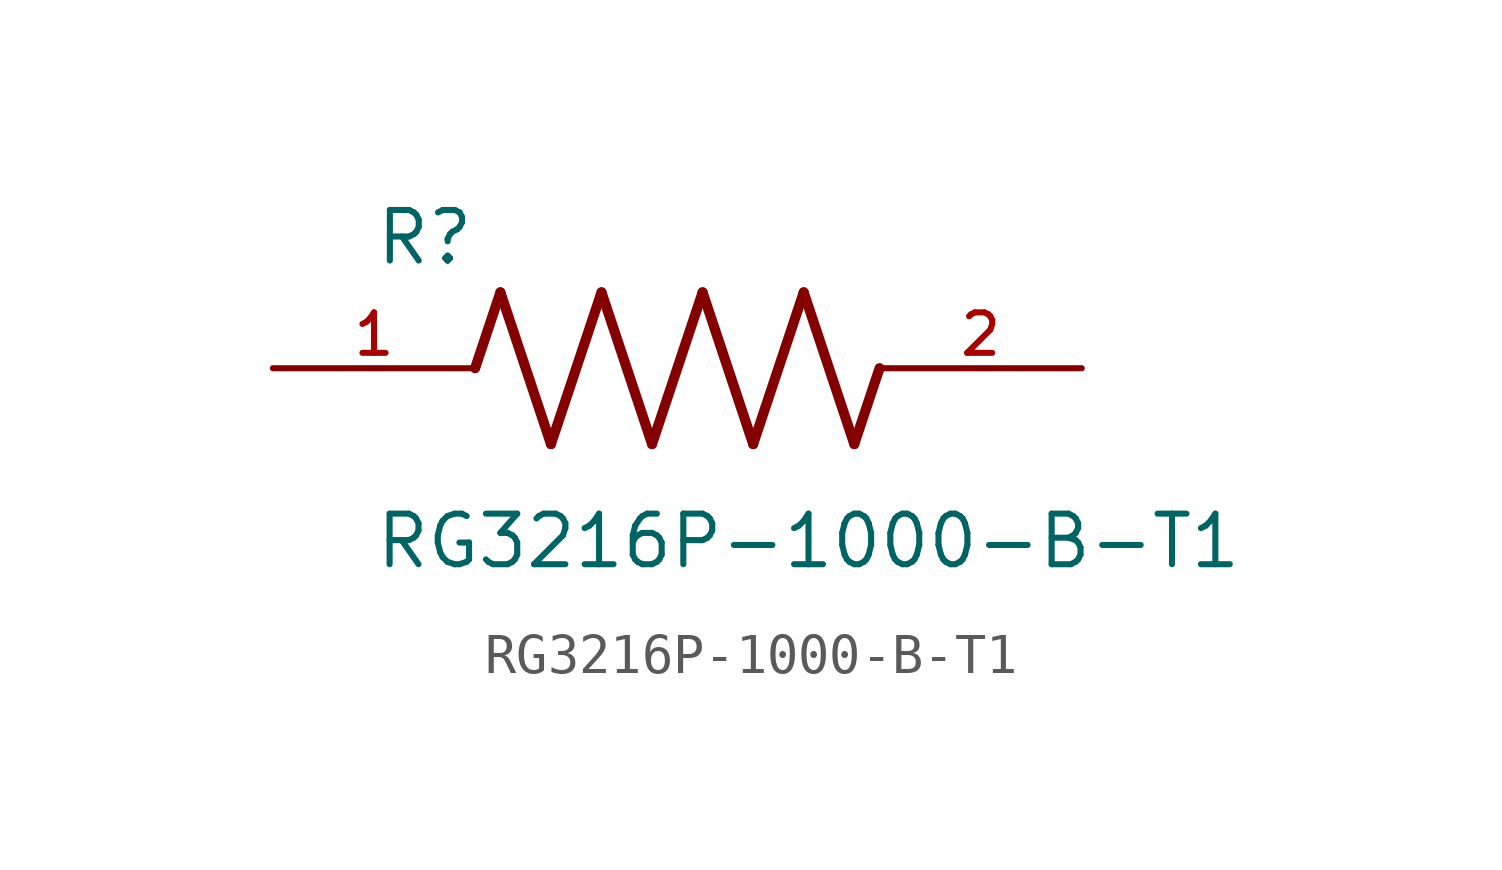
<source format=kicad_sym>
(kicad_symbol_lib
  (version 20211014)
  (generator kicad_symbol_editor)
  (symbol "RG3216P-1000-B-T1"
    (pin_names
      (offset 1.016))
    (property "Reference" "R"
      (at -7.624 2.541 0)
      (effects (font (size 1.27 1.27)) (justify bottom left)))
    (property "Value" "RG3216P-1000-B-T1"
      (at -7.63 -5.087 0)
      (effects (font (size 1.27 1.27)) (justify bottom left)))
    (symbol "RG3216P-1000-B-T1_0_0"
      (polyline (pts (xy -5.08 0.0) (xy -4.445 1.905)) (stroke (width 0.254)))
      (polyline (pts (xy -4.445 1.905) (xy -3.175 -1.905)) (stroke (width 0.254)))
      (polyline (pts (xy -3.175 -1.905) (xy -1.905 1.905)) (stroke (width 0.254)))
      (polyline (pts (xy -1.905 1.905) (xy -0.635 -1.905)) (stroke (width 0.254)))
      (polyline (pts (xy -0.635 -1.905) (xy 0.635 1.905)) (stroke (width 0.254)))
      (polyline (pts (xy 0.635 1.905) (xy 1.905 -1.905)) (stroke (width 0.254)))
      (polyline (pts (xy 1.905 -1.905) (xy 3.175 1.905)) (stroke (width 0.254)))
      (polyline (pts (xy 3.175 1.905) (xy 4.445 -1.905)) (stroke (width 0.254)))
      (polyline (pts (xy 4.445 -1.905) (xy 5.08 0.0)) (stroke (width 0.254)))
      (pin passive line (at -10.16 0.0 0) (length 5.08) (name "~" (effects (font (size 1.016 1.016)))) (number "1" (effects (font (size 1.016 1.016)))))
      (pin passive line (at 10.16 0.0 180.0) (length 5.08) (name "~" (effects (font (size 1.016 1.016)))) (number "2" (effects (font (size 1.016 1.016))))))))
</source>
